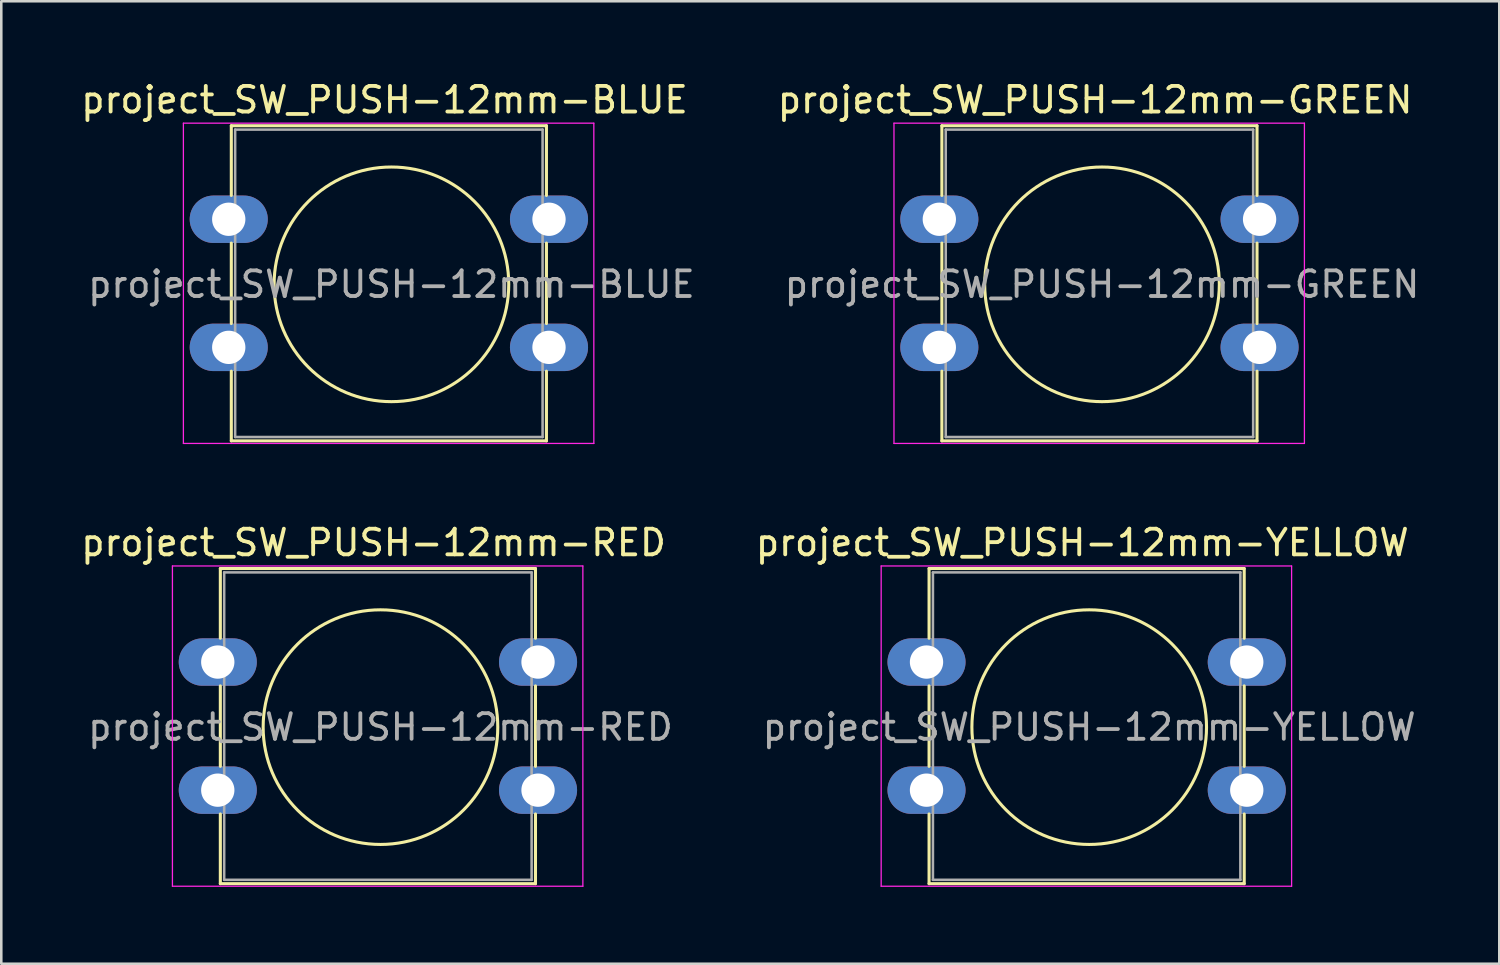
<source format=kicad_pcb>
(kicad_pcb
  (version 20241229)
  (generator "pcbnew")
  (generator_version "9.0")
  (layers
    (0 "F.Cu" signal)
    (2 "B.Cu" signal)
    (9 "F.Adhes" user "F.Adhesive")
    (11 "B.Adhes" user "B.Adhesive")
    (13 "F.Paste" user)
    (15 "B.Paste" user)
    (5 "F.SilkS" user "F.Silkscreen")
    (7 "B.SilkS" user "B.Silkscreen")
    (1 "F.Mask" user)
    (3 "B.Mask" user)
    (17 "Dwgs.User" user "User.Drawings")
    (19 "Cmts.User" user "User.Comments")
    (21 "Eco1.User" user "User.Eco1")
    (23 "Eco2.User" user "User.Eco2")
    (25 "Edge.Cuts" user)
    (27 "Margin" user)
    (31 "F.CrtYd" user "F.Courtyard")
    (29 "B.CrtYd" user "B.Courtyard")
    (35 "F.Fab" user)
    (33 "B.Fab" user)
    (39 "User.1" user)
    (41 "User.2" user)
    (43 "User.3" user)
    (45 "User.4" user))
  (footprint "project_SW_PUSH-12mm-GREEN"
    (layer "F.Cu")
    (at 33.613 5.508)
    (property "Reference" "project_SW_PUSH-12mm-GREEN" (at 6.08 -4.66 0) (layer "F.SilkS") (effects (font (size 1 1) (thickness 0.15))))
    (attr through_hole)
    (fp_line (start 0.1 -3.65) (end 12.4 -3.65) (stroke (width 0.12) (type solid)) (layer "F.SilkS"))
    (fp_line (start 0.1 -0.93) (end 0.1 -3.65) (stroke (width 0.12) (type solid)) (layer "F.SilkS"))
    (fp_line (start 0.1 4.07) (end 0.1 0.93) (stroke (width 0.12) (type solid)) (layer "F.SilkS"))
    (fp_line (start 0.1 8.65) (end 0.1 5.93) (stroke (width 0.12) (type solid)) (layer "F.SilkS"))
    (fp_line (start 12.4 -3.65) (end 12.4 -0.93) (stroke (width 0.12) (type solid)) (layer "F.SilkS"))
    (fp_line (start 12.4 0.93) (end 12.4 4.07) (stroke (width 0.12) (type solid)) (layer "F.SilkS"))
    (fp_line (start 12.4 5.93) (end 12.4 8.65) (stroke (width 0.12) (type solid)) (layer "F.SilkS"))
    (fp_line (start 12.4 8.65) (end 0.1 8.65) (stroke (width 0.12) (type solid)) (layer "F.SilkS"))
    (fp_circle (center 6.35 2.54) (end 10.16 5.08) (stroke (width 0.12) (type solid)) (fill no) (layer "F.SilkS"))
    (fp_line (start -1.77 -3.75) (end -1.77 8.75) (stroke (width 0.05) (type solid)) (layer "F.CrtYd"))
    (fp_line (start -1.77 -3.75) (end 14.25 -3.75) (stroke (width 0.05) (type solid)) (layer "F.CrtYd"))
    (fp_line (start 14.25 8.75) (end -1.77 8.75) (stroke (width 0.05) (type solid)) (layer "F.CrtYd"))
    (fp_line (start 14.25 8.75) (end 14.25 -3.75) (stroke (width 0.05) (type solid)) (layer "F.CrtYd"))
    (fp_line (start 0.25 -3.5) (end 0.25 8.5) (stroke (width 0.1) (type solid)) (layer "F.Fab"))
    (fp_line (start 0.25 -3.5) (end 12.25 -3.5) (stroke (width 0.1) (type solid)) (layer "F.Fab"))
    (fp_line (start 0.25 8.5) (end 12.25 8.5) (stroke (width 0.1) (type solid)) (layer "F.Fab"))
    (fp_line (start 12.25 -3.5) (end 12.25 8.5) (stroke (width 0.1) (type solid)) (layer "F.Fab"))
    (fp_text user "${REFERENCE}" (at 6.35 2.54 0) (layer "F.Fab") (effects (font (size 1 1) (thickness 0.15))))
    (pad "1" thru_hole oval (at 0 0) (size 3.048 1.85) (drill 1.3) (layers "*.Cu" "*.Mask"))
    (pad "1" thru_hole oval (at 12.5 0) (size 3.048 1.85) (drill 1.3) (layers "*.Cu" "*.Mask"))
    (pad "2" thru_hole oval (at 0 5) (size 3.048 1.85) (drill 1.3) (layers "*.Cu" "*.Mask"))
    (pad "2" thru_hole oval (at 12.5 5) (size 3.048 1.85) (drill 1.3) (layers "*.Cu" "*.Mask")))
  (footprint "project_SW_PUSH-12mm-RED"
    (layer "F.Cu")
    (at 5.45 22.791)
    (property "Reference" "project_SW_PUSH-12mm-RED" (at 6.08 -4.66 0) (layer "F.SilkS") (effects (font (size 1 1) (thickness 0.15))))
    (attr through_hole)
    (fp_line (start 0.1 -3.65) (end 12.4 -3.65) (stroke (width 0.12) (type solid)) (layer "F.SilkS"))
    (fp_line (start 0.1 -0.93) (end 0.1 -3.65) (stroke (width 0.12) (type solid)) (layer "F.SilkS"))
    (fp_line (start 0.1 4.07) (end 0.1 0.93) (stroke (width 0.12) (type solid)) (layer "F.SilkS"))
    (fp_line (start 0.1 8.65) (end 0.1 5.93) (stroke (width 0.12) (type solid)) (layer "F.SilkS"))
    (fp_line (start 12.4 -3.65) (end 12.4 -0.93) (stroke (width 0.12) (type solid)) (layer "F.SilkS"))
    (fp_line (start 12.4 0.93) (end 12.4 4.07) (stroke (width 0.12) (type solid)) (layer "F.SilkS"))
    (fp_line (start 12.4 5.93) (end 12.4 8.65) (stroke (width 0.12) (type solid)) (layer "F.SilkS"))
    (fp_line (start 12.4 8.65) (end 0.1 8.65) (stroke (width 0.12) (type solid)) (layer "F.SilkS"))
    (fp_circle (center 6.35 2.54) (end 10.16 5.08) (stroke (width 0.12) (type solid)) (fill no) (layer "F.SilkS"))
    (fp_line (start -1.77 -3.75) (end -1.77 8.75) (stroke (width 0.05) (type solid)) (layer "F.CrtYd"))
    (fp_line (start -1.77 -3.75) (end 14.25 -3.75) (stroke (width 0.05) (type solid)) (layer "F.CrtYd"))
    (fp_line (start 14.25 8.75) (end -1.77 8.75) (stroke (width 0.05) (type solid)) (layer "F.CrtYd"))
    (fp_line (start 14.25 8.75) (end 14.25 -3.75) (stroke (width 0.05) (type solid)) (layer "F.CrtYd"))
    (fp_line (start 0.25 -3.5) (end 0.25 8.5) (stroke (width 0.1) (type solid)) (layer "F.Fab"))
    (fp_line (start 0.25 -3.5) (end 12.25 -3.5) (stroke (width 0.1) (type solid)) (layer "F.Fab"))
    (fp_line (start 0.25 8.5) (end 12.25 8.5) (stroke (width 0.1) (type solid)) (layer "F.Fab"))
    (fp_line (start 12.25 -3.5) (end 12.25 8.5) (stroke (width 0.1) (type solid)) (layer "F.Fab"))
    (fp_text user "${REFERENCE}" (at 6.35 2.54 0) (layer "F.Fab") (effects (font (size 1 1) (thickness 0.15))))
    (pad "1" thru_hole oval (at 0 0) (size 3.048 1.85) (drill 1.3) (layers "*.Cu" "*.Mask"))
    (pad "1" thru_hole oval (at 12.5 0) (size 3.048 1.85) (drill 1.3) (layers "*.Cu" "*.Mask"))
    (pad "2" thru_hole oval (at 0 5) (size 3.048 1.85) (drill 1.3) (layers "*.Cu" "*.Mask"))
    (pad "2" thru_hole oval (at 12.5 5) (size 3.048 1.85) (drill 1.3) (layers "*.Cu" "*.Mask")))
  (footprint "project_SW_PUSH-12mm-BLUE"
    (layer "F.Cu")
    (at 5.878 5.508)
    (property "Reference" "project_SW_PUSH-12mm-BLUE" (at 6.08 -4.66 0) (layer "F.SilkS") (effects (font (size 1 1) (thickness 0.15))))
    (attr through_hole)
    (fp_line (start 0.1 -3.65) (end 12.4 -3.65) (stroke (width 0.12) (type solid)) (layer "F.SilkS"))
    (fp_line (start 0.1 -0.93) (end 0.1 -3.65) (stroke (width 0.12) (type solid)) (layer "F.SilkS"))
    (fp_line (start 0.1 4.07) (end 0.1 0.93) (stroke (width 0.12) (type solid)) (layer "F.SilkS"))
    (fp_line (start 0.1 8.65) (end 0.1 5.93) (stroke (width 0.12) (type solid)) (layer "F.SilkS"))
    (fp_line (start 12.4 -3.65) (end 12.4 -0.93) (stroke (width 0.12) (type solid)) (layer "F.SilkS"))
    (fp_line (start 12.4 0.93) (end 12.4 4.07) (stroke (width 0.12) (type solid)) (layer "F.SilkS"))
    (fp_line (start 12.4 5.93) (end 12.4 8.65) (stroke (width 0.12) (type solid)) (layer "F.SilkS"))
    (fp_line (start 12.4 8.65) (end 0.1 8.65) (stroke (width 0.12) (type solid)) (layer "F.SilkS"))
    (fp_circle (center 6.35 2.54) (end 10.16 5.08) (stroke (width 0.12) (type solid)) (fill no) (layer "F.SilkS"))
    (fp_line (start -1.77 -3.75) (end -1.77 8.75) (stroke (width 0.05) (type solid)) (layer "F.CrtYd"))
    (fp_line (start -1.77 -3.75) (end 14.25 -3.75) (stroke (width 0.05) (type solid)) (layer "F.CrtYd"))
    (fp_line (start 14.25 8.75) (end -1.77 8.75) (stroke (width 0.05) (type solid)) (layer "F.CrtYd"))
    (fp_line (start 14.25 8.75) (end 14.25 -3.75) (stroke (width 0.05) (type solid)) (layer "F.CrtYd"))
    (fp_line (start 0.25 -3.5) (end 0.25 8.5) (stroke (width 0.1) (type solid)) (layer "F.Fab"))
    (fp_line (start 0.25 -3.5) (end 12.25 -3.5) (stroke (width 0.1) (type solid)) (layer "F.Fab"))
    (fp_line (start 0.25 8.5) (end 12.25 8.5) (stroke (width 0.1) (type solid)) (layer "F.Fab"))
    (fp_line (start 12.25 -3.5) (end 12.25 8.5) (stroke (width 0.1) (type solid)) (layer "F.Fab"))
    (fp_text user "${REFERENCE}" (at 6.35 2.54 0) (layer "F.Fab") (effects (font (size 1 1) (thickness 0.15))))
    (pad "1" thru_hole oval (at 0 0) (size 3.048 1.85) (drill 1.3) (layers "*.Cu" "*.Mask"))
    (pad "1" thru_hole oval (at 12.5 0) (size 3.048 1.85) (drill 1.3) (layers "*.Cu" "*.Mask"))
    (pad "2" thru_hole oval (at 0 5) (size 3.048 1.85) (drill 1.3) (layers "*.Cu" "*.Mask"))
    (pad "2" thru_hole oval (at 12.5 5) (size 3.048 1.85) (drill 1.3) (layers "*.Cu" "*.Mask")))
  (footprint "project_SW_PUSH-12mm-YELLOW"
    (layer "F.Cu")
    (at 33.113 22.791)
    (property "Reference" "project_SW_PUSH-12mm-YELLOW" (at 6.08 -4.66 0) (layer "F.SilkS") (effects (font (size 1 1) (thickness 0.15))))
    (attr through_hole)
    (fp_line (start 0.1 -3.65) (end 12.4 -3.65) (stroke (width 0.12) (type solid)) (layer "F.SilkS"))
    (fp_line (start 0.1 -0.93) (end 0.1 -3.65) (stroke (width 0.12) (type solid)) (layer "F.SilkS"))
    (fp_line (start 0.1 4.07) (end 0.1 0.93) (stroke (width 0.12) (type solid)) (layer "F.SilkS"))
    (fp_line (start 0.1 8.65) (end 0.1 5.93) (stroke (width 0.12) (type solid)) (layer "F.SilkS"))
    (fp_line (start 12.4 -3.65) (end 12.4 -0.93) (stroke (width 0.12) (type solid)) (layer "F.SilkS"))
    (fp_line (start 12.4 0.93) (end 12.4 4.07) (stroke (width 0.12) (type solid)) (layer "F.SilkS"))
    (fp_line (start 12.4 5.93) (end 12.4 8.65) (stroke (width 0.12) (type solid)) (layer "F.SilkS"))
    (fp_line (start 12.4 8.65) (end 0.1 8.65) (stroke (width 0.12) (type solid)) (layer "F.SilkS"))
    (fp_circle (center 6.35 2.54) (end 10.16 5.08) (stroke (width 0.12) (type solid)) (fill no) (layer "F.SilkS"))
    (fp_line (start -1.77 -3.75) (end -1.77 8.75) (stroke (width 0.05) (type solid)) (layer "F.CrtYd"))
    (fp_line (start -1.77 -3.75) (end 14.25 -3.75) (stroke (width 0.05) (type solid)) (layer "F.CrtYd"))
    (fp_line (start 14.25 8.75) (end -1.77 8.75) (stroke (width 0.05) (type solid)) (layer "F.CrtYd"))
    (fp_line (start 14.25 8.75) (end 14.25 -3.75) (stroke (width 0.05) (type solid)) (layer "F.CrtYd"))
    (fp_line (start 0.25 -3.5) (end 0.25 8.5) (stroke (width 0.1) (type solid)) (layer "F.Fab"))
    (fp_line (start 0.25 -3.5) (end 12.25 -3.5) (stroke (width 0.1) (type solid)) (layer "F.Fab"))
    (fp_line (start 0.25 8.5) (end 12.25 8.5) (stroke (width 0.1) (type solid)) (layer "F.Fab"))
    (fp_line (start 12.25 -3.5) (end 12.25 8.5) (stroke (width 0.1) (type solid)) (layer "F.Fab"))
    (fp_text user "${REFERENCE}" (at 6.35 2.54 0) (layer "F.Fab") (effects (font (size 1 1) (thickness 0.15))))
    (pad "1" thru_hole oval (at 0 0) (size 3.048 1.85) (drill 1.3) (layers "*.Cu" "*.Mask"))
    (pad "1" thru_hole oval (at 12.5 0) (size 3.048 1.85) (drill 1.3) (layers "*.Cu" "*.Mask"))
    (pad "2" thru_hole oval (at 0 5) (size 3.048 1.85) (drill 1.3) (layers "*.Cu" "*.Mask"))
    (pad "2" thru_hole oval (at 12.5 5) (size 3.048 1.85) (drill 1.3) (layers "*.Cu" "*.Mask")))
  (gr_rect
    (start -3 -3)
    (end 55.469 34.566)
    (stroke (width 0.1) (type default))
    (fill no)
    (layer "Edge.Cuts")))
</source>
